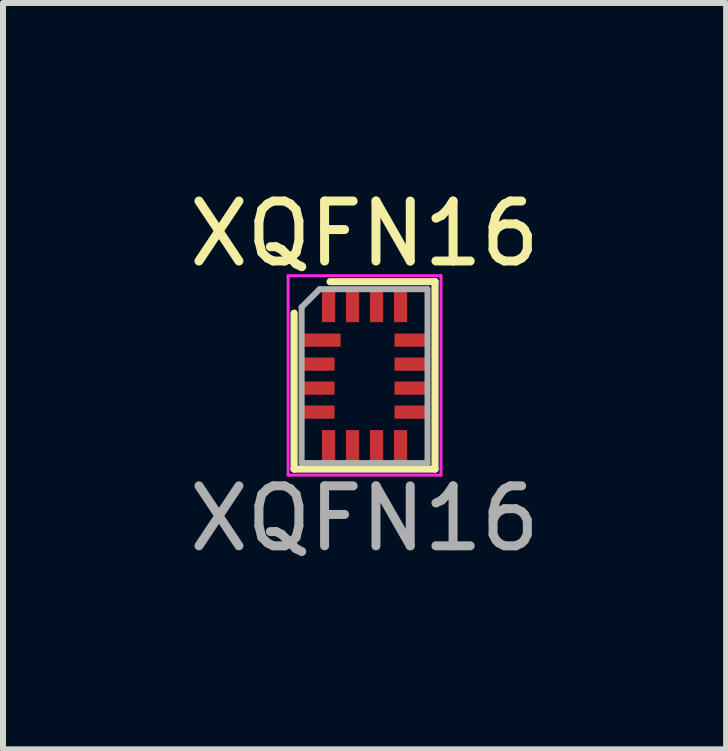
<source format=kicad_pcb>
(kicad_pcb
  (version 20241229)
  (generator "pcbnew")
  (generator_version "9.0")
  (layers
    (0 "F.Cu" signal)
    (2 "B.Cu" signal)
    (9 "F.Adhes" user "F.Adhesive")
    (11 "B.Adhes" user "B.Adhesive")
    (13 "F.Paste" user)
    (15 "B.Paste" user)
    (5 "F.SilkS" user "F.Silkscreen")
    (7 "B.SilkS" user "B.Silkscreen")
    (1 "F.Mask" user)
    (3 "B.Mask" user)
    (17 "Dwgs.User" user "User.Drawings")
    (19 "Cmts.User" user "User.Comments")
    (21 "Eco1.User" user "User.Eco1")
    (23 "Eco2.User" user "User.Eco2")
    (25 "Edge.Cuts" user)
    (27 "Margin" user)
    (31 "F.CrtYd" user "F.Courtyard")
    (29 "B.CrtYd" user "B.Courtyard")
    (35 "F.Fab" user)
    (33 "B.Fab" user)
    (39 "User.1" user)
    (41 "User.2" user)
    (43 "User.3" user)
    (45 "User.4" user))
  (footprint "XQFN16"
    (layer "F.Cu")
    (at 3.03 3.223)
    (property "Reference" "XQFN16" (at 0 -2.375 0) (unlocked yes) (layer "F.SilkS") (effects (font (size 1 1) (thickness 0.15))))
    (attr smd)
    (fp_line (start -1.175 -1.05) (end -1.175 1.55) (stroke (width 0.12) (type solid)) (layer "F.SilkS"))
    (fp_line (start -1.175 1.55) (end 1.175 1.55) (stroke (width 0.12) (type solid)) (layer "F.SilkS"))
    (fp_line (start -0.575 -1.575) (end 1.175 -1.575) (stroke (width 0.12) (type solid)) (layer "F.SilkS"))
    (fp_line (start 1.175 -1.575) (end 1.175 1.55) (stroke (width 0.12) (type solid)) (layer "F.SilkS"))
    (fp_line (start -1.275 -1.675) (end -1.275 1.65) (stroke (width 0.05) (type solid)) (layer "F.CrtYd"))
    (fp_line (start 1.275 -1.675) (end -1.275 -1.675) (stroke (width 0.05) (type solid)) (layer "F.CrtYd"))
    (fp_line (start 1.275 1.65) (end -1.275 1.65) (stroke (width 0.05) (type solid)) (layer "F.CrtYd"))
    (fp_line (start 1.275 1.65) (end 1.275 -1.675) (stroke (width 0.05) (type solid)) (layer "F.CrtYd"))
    (fp_line (start -1.05 -1.15) (end -0.75 -1.45) (stroke (width 0.1) (type solid)) (layer "F.Fab"))
    (fp_line (start -1.05 1.45) (end -1.05 -1.15) (stroke (width 0.1) (type solid)) (layer "F.Fab"))
    (fp_line (start -0.75 -1.45) (end 1.05 -1.45) (stroke (width 0.1) (type solid)) (layer "F.Fab"))
    (fp_line (start 1.05 -1.45) (end 1.05 1.45) (stroke (width 0.1) (type solid)) (layer "F.Fab"))
    (fp_line (start 1.05 1.45) (end -1.05 1.45) (stroke (width 0.1) (type solid)) (layer "F.Fab"))
    (fp_text user "${REFERENCE}" (at 0 2.375 0) (unlocked yes) (layer "F.Fab") (effects (font (size 1 1) (thickness 0.15))))
    (pad "1" smd rect (at -0.725 -0.6) (size 0.65 0.22) (layers "F.Cu" "F.Mask" "F.Paste"))
    (pad "2" smd rect (at -0.775 -0.2) (size 0.55 0.22) (layers "F.Cu" "F.Mask" "F.Paste"))
    (pad "3" smd rect (at -0.775 0.2) (size 0.55 0.22) (layers "F.Cu" "F.Mask" "F.Paste"))
    (pad "4" smd rect (at -0.775 0.6) (size 0.55 0.22) (layers "F.Cu" "F.Mask" "F.Paste"))
    (pad "5" smd rect (at -0.6 1.175) (size 0.22 0.55) (layers "F.Cu" "F.Mask" "F.Paste"))
    (pad "6" smd rect (at -0.2 1.175) (size 0.22 0.55) (layers "F.Cu" "F.Mask" "F.Paste"))
    (pad "7" smd rect (at 0.2 1.175) (size 0.22 0.55) (layers "F.Cu" "F.Mask" "F.Paste"))
    (pad "8" smd rect (at 0.6 1.175) (size 0.22 0.55) (layers "F.Cu" "F.Mask" "F.Paste"))
    (pad "9" smd rect (at 0.775 0.6) (size 0.55 0.22) (layers "F.Cu" "F.Mask" "F.Paste"))
    (pad "10" smd rect (at 0.775 0.2) (size 0.55 0.22) (layers "F.Cu" "F.Mask" "F.Paste"))
    (pad "11" smd rect (at 0.775 -0.2) (size 0.55 0.22) (layers "F.Cu" "F.Mask" "F.Paste"))
    (pad "12" smd rect (at 0.775 -0.6) (size 0.55 0.22) (layers "F.Cu" "F.Mask" "F.Paste"))
    (pad "13" smd rect (at 0.6 -1.175) (size 0.22 0.55) (layers "F.Cu" "F.Mask" "F.Paste"))
    (pad "14" smd rect (at 0.2 -1.175) (size 0.22 0.55) (layers "F.Cu" "F.Mask" "F.Paste"))
    (pad "15" smd rect (at -0.2 -1.175) (size 0.22 0.55) (layers "F.Cu" "F.Mask" "F.Paste"))
    (pad "16" smd rect (at -0.6 -1.175) (size 0.22 0.55) (layers "F.Cu" "F.Mask" "F.Paste")))
  (gr_rect
    (start -3 -3)
    (end 9.06 9.447)
    (stroke (width 0.1) (type default))
    (fill no)
    (layer "Edge.Cuts")))
</source>
